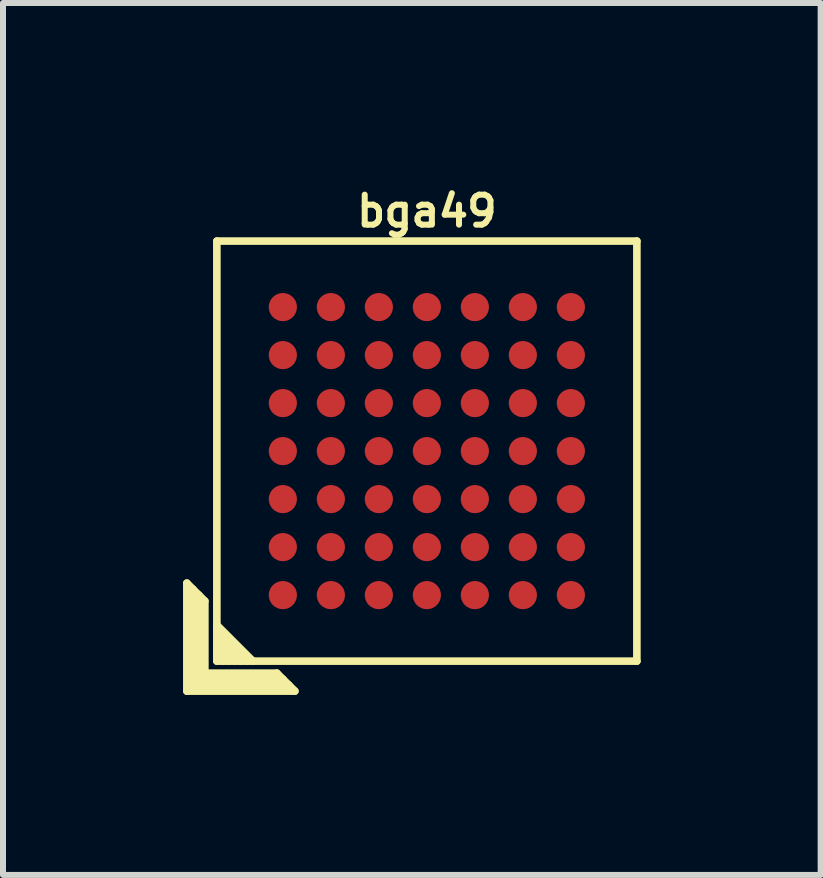
<source format=kicad_pcb>
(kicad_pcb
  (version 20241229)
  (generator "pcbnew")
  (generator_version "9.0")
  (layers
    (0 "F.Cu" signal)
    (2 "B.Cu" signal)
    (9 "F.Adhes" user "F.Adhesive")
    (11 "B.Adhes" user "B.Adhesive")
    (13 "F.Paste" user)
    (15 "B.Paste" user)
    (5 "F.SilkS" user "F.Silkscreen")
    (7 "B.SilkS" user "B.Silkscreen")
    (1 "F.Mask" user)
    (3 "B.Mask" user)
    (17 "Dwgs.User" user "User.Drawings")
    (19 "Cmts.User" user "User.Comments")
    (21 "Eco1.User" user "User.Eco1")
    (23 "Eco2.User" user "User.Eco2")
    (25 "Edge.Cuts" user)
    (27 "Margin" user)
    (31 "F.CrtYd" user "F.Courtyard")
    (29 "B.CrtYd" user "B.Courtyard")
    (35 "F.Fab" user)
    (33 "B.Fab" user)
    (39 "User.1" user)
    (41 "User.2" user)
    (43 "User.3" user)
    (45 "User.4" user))
  (footprint "bga49"
    (layer "F.Cu")
    (at 4.064 4.468)
    (property "Reference" "bga49" (at 0 -4 0) (layer "F.SilkS") (effects (font (size 0.5 0.5) (thickness 0.1))))
    (attr smd)
    (fp_line (start -4 2.2) (end -3.7 2.5) (stroke (width 0.127) (type solid)) (layer "F.SilkS"))
    (fp_line (start -4 4) (end -4 2.2) (stroke (width 0.127) (type solid)) (layer "F.SilkS"))
    (fp_line (start -3.9 3.9) (end -3.9 2.3) (stroke (width 0.127) (type solid)) (layer "F.SilkS"))
    (fp_line (start -3.8 2.4) (end -3.8 3.8) (stroke (width 0.127) (type solid)) (layer "F.SilkS"))
    (fp_line (start -3.8 3.8) (end -2.4 3.8) (stroke (width 0.127) (type solid)) (layer "F.SilkS"))
    (fp_line (start -3.7 2.5) (end -3.7 3.7) (stroke (width 0.127) (type solid)) (layer "F.SilkS"))
    (fp_line (start -3.7 3.7) (end -2.5 3.7) (stroke (width 0.127) (type solid)) (layer "F.SilkS"))
    (fp_line (start -3.5 -3.5) (end 3.5 -3.5) (stroke (width 0.127) (type solid)) (layer "F.SilkS"))
    (fp_line (start -3.5 2.9) (end -2.9 3.5) (stroke (width 0.127) (type solid)) (layer "F.SilkS"))
    (fp_line (start -3.5 3.5) (end -3.5 -3.5) (stroke (width 0.127) (type solid)) (layer "F.SilkS"))
    (fp_line (start -3.4 3.5) (end -3.5 3.4) (stroke (width 0.127) (type solid)) (layer "F.SilkS"))
    (fp_line (start -3.3 3.5) (end -3.5 3.3) (stroke (width 0.127) (type solid)) (layer "F.SilkS"))
    (fp_line (start -3.2 3.5) (end -3.5 3.2) (stroke (width 0.127) (type solid)) (layer "F.SilkS"))
    (fp_line (start -3.1 3.5) (end -3.5 3.1) (stroke (width 0.127) (type solid)) (layer "F.SilkS"))
    (fp_line (start -3 3.5) (end -3.5 3) (stroke (width 0.127) (type solid)) (layer "F.SilkS"))
    (fp_line (start -2.5 3.7) (end -2.2 4) (stroke (width 0.127) (type solid)) (layer "F.SilkS"))
    (fp_line (start -2.3 3.9) (end -3.9 3.9) (stroke (width 0.127) (type solid)) (layer "F.SilkS"))
    (fp_line (start -2.2 4) (end -4 4) (stroke (width 0.127) (type solid)) (layer "F.SilkS"))
    (fp_line (start 3.5 -3.5) (end 3.5 3.5) (stroke (width 0.127) (type solid)) (layer "F.SilkS"))
    (fp_line (start 3.5 3.5) (end -3.5 3.5) (stroke (width 0.127) (type solid)) (layer "F.SilkS"))
    (pad "A1" smd circle (at -2.4 2.4) (size 0.47 0.47) (layers "F.Cu" "F.Mask" "F.Paste"))
    (pad "A2" smd circle (at -2.4 1.6) (size 0.47 0.47) (layers "F.Cu" "F.Mask" "F.Paste"))
    (pad "A3" smd circle (at -2.4 0.8) (size 0.47 0.47) (layers "F.Cu" "F.Mask" "F.Paste"))
    (pad "A4" smd circle (at -2.4 0) (size 0.47 0.47) (layers "F.Cu" "F.Mask" "F.Paste"))
    (pad "A5" smd circle (at -2.4 -0.8) (size 0.47 0.47) (layers "F.Cu" "F.Mask" "F.Paste"))
    (pad "A6" smd circle (at -2.4 -1.6) (size 0.47 0.47) (layers "F.Cu" "F.Mask" "F.Paste"))
    (pad "A7" smd circle (at -2.4 -2.4) (size 0.47 0.47) (layers "F.Cu" "F.Mask" "F.Paste"))
    (pad "B1" smd circle (at -1.6 2.4) (size 0.47 0.47) (layers "F.Cu" "F.Mask" "F.Paste"))
    (pad "B2" smd circle (at -1.6 1.6) (size 0.47 0.47) (layers "F.Cu" "F.Mask" "F.Paste"))
    (pad "B3" smd circle (at -1.6 0.8) (size 0.47 0.47) (layers "F.Cu" "F.Mask" "F.Paste"))
    (pad "B4" smd circle (at -1.6 0) (size 0.47 0.47) (layers "F.Cu" "F.Mask" "F.Paste"))
    (pad "B5" smd circle (at -1.6 -0.8) (size 0.47 0.47) (layers "F.Cu" "F.Mask" "F.Paste"))
    (pad "B6" smd circle (at -1.6 -1.6) (size 0.47 0.47) (layers "F.Cu" "F.Mask" "F.Paste"))
    (pad "B7" smd circle (at -1.6 -2.4) (size 0.47 0.47) (layers "F.Cu" "F.Mask" "F.Paste"))
    (pad "C1" smd circle (at -0.8 2.4) (size 0.47 0.47) (layers "F.Cu" "F.Mask" "F.Paste"))
    (pad "C2" smd circle (at -0.8 1.6) (size 0.47 0.47) (layers "F.Cu" "F.Mask" "F.Paste"))
    (pad "C3" smd circle (at -0.8 0.8) (size 0.47 0.47) (layers "F.Cu" "F.Mask" "F.Paste"))
    (pad "C4" smd circle (at -0.8 0) (size 0.47 0.47) (layers "F.Cu" "F.Mask" "F.Paste"))
    (pad "C5" smd circle (at -0.8 -0.8) (size 0.47 0.47) (layers "F.Cu" "F.Mask" "F.Paste"))
    (pad "C6" smd circle (at -0.8 -1.6) (size 0.47 0.47) (layers "F.Cu" "F.Mask" "F.Paste"))
    (pad "C7" smd circle (at -0.8 -2.4) (size 0.47 0.47) (layers "F.Cu" "F.Mask" "F.Paste"))
    (pad "D1" smd circle (at 0 2.4) (size 0.47 0.47) (layers "F.Cu" "F.Mask" "F.Paste"))
    (pad "D2" smd circle (at 0 1.6) (size 0.47 0.47) (layers "F.Cu" "F.Mask" "F.Paste"))
    (pad "D3" smd circle (at 0 0.8) (size 0.47 0.47) (layers "F.Cu" "F.Mask" "F.Paste"))
    (pad "D4" smd circle (at 0 0) (size 0.47 0.47) (layers "F.Cu" "F.Mask" "F.Paste"))
    (pad "D5" smd circle (at 0 -0.8) (size 0.47 0.47) (layers "F.Cu" "F.Mask" "F.Paste"))
    (pad "D6" smd circle (at 0 -1.6) (size 0.47 0.47) (layers "F.Cu" "F.Mask" "F.Paste"))
    (pad "D7" smd circle (at 0 -2.4) (size 0.47 0.47) (layers "F.Cu" "F.Mask" "F.Paste"))
    (pad "E1" smd circle (at 0.8 2.4) (size 0.47 0.47) (layers "F.Cu" "F.Mask" "F.Paste"))
    (pad "E2" smd circle (at 0.8 1.6) (size 0.47 0.47) (layers "F.Cu" "F.Mask" "F.Paste"))
    (pad "E3" smd circle (at 0.8 0.8) (size 0.47 0.47) (layers "F.Cu" "F.Mask" "F.Paste"))
    (pad "E4" smd circle (at 0.8 0) (size 0.47 0.47) (layers "F.Cu" "F.Mask" "F.Paste"))
    (pad "E5" smd circle (at 0.8 -0.8) (size 0.47 0.47) (layers "F.Cu" "F.Mask" "F.Paste"))
    (pad "E6" smd circle (at 0.8 -1.6) (size 0.47 0.47) (layers "F.Cu" "F.Mask" "F.Paste"))
    (pad "E7" smd circle (at 0.8 -2.4) (size 0.47 0.47) (layers "F.Cu" "F.Mask" "F.Paste"))
    (pad "F1" smd circle (at 1.6 2.4) (size 0.47 0.47) (layers "F.Cu" "F.Mask" "F.Paste"))
    (pad "F2" smd circle (at 1.6 1.6) (size 0.47 0.47) (layers "F.Cu" "F.Mask" "F.Paste"))
    (pad "F3" smd circle (at 1.6 0.8) (size 0.47 0.47) (layers "F.Cu" "F.Mask" "F.Paste"))
    (pad "F4" smd circle (at 1.6 0) (size 0.47 0.47) (layers "F.Cu" "F.Mask" "F.Paste"))
    (pad "F5" smd circle (at 1.6 -0.8) (size 0.47 0.47) (layers "F.Cu" "F.Mask" "F.Paste"))
    (pad "F6" smd circle (at 1.6 -1.6) (size 0.47 0.47) (layers "F.Cu" "F.Mask" "F.Paste"))
    (pad "F7" smd circle (at 1.6 -2.4) (size 0.47 0.47) (layers "F.Cu" "F.Mask" "F.Paste"))
    (pad "G1" smd circle (at 2.4 2.4) (size 0.47 0.47) (layers "F.Cu" "F.Mask" "F.Paste"))
    (pad "G2" smd circle (at 2.4 1.6) (size 0.47 0.47) (layers "F.Cu" "F.Mask" "F.Paste"))
    (pad "G3" smd circle (at 2.4 0.8) (size 0.47 0.47) (layers "F.Cu" "F.Mask" "F.Paste"))
    (pad "G4" smd circle (at 2.4 0) (size 0.47 0.47) (layers "F.Cu" "F.Mask" "F.Paste"))
    (pad "G5" smd circle (at 2.4 -0.8) (size 0.47 0.47) (layers "F.Cu" "F.Mask" "F.Paste"))
    (pad "G6" smd circle (at 2.4 -1.6) (size 0.47 0.47) (layers "F.Cu" "F.Mask" "F.Paste"))
    (pad "G7" smd circle (at 2.4 -2.4) (size 0.47 0.47) (layers "F.Cu" "F.Mask" "F.Paste")))
  (gr_rect
    (start -3 -3)
    (end 10.627 11.531)
    (stroke (width 0.1) (type default))
    (fill no)
    (layer "Edge.Cuts")))
</source>
